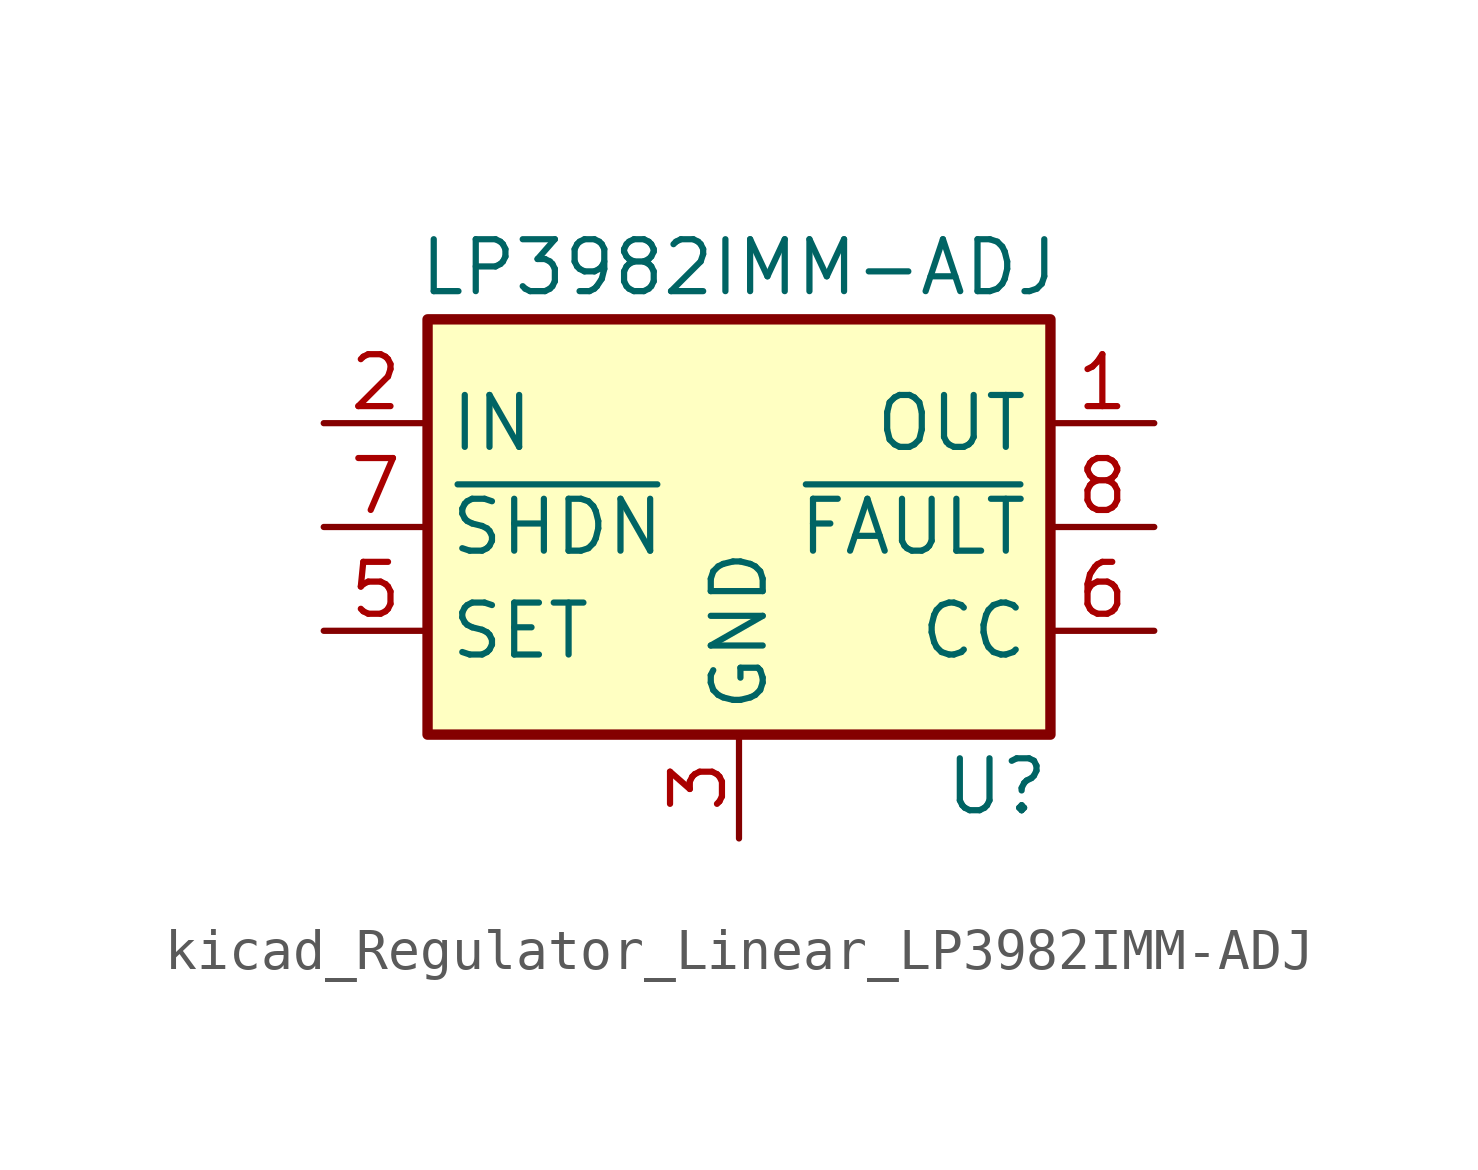
<source format=kicad_sym>
(kicad_symbol_lib
  (version 20220914)
  (generator kicad_symbol_editor)
  (symbol "kicad_Regulator_Linear_LP3982IMM-ADJ"
    (property "Reference" "U"
      (at 7.62 -6.35 0)
      (effects (font (size 1.27 1.27)) (justify right)))
    (property "Value" "LP3982IMM-ADJ"
      (at 0 6.35 0)
      (effects (font (size 1.27 1.27))))
    (symbol "kicad_Regulator_Linear_LP3982IMM-ADJ_0_1"
      (rectangle (start -7.62 5.08) (end 7.62 -5.08) (stroke (width 0.254) (type default)) (fill (type background))))
    (symbol "kicad_Regulator_Linear_LP3982IMM-ADJ_1_1"
      (pin power_out line (at 10.16 2.54 180) (length 2.54) (name "OUT" (effects (font (size 1.27 1.27)))) (number "1" (effects (font (size 1.27 1.27)))))
      (pin power_in line (at -10.16 2.54 0) (length 2.54) (name "IN" (effects (font (size 1.27 1.27)))) (number "2" (effects (font (size 1.27 1.27)))))
      (pin power_in line (at 0 -7.62 90) (length 2.54) (name "GND" (effects (font (size 1.27 1.27)))) (number "3" (effects (font (size 1.27 1.27)))))
      (pin passive line (at 10.16 2.54 180) (length 2.54) hide (name "OUT" (effects (font (size 1.27 1.27)))) (number "4" (effects (font (size 1.27 1.27)))))
      (pin passive line (at -10.16 -2.54 0) (length 2.54) (name "SET" (effects (font (size 1.27 1.27)))) (number "5" (effects (font (size 1.27 1.27)))))
      (pin passive line (at 10.16 -2.54 180) (length 2.54) (name "CC" (effects (font (size 1.27 1.27)))) (number "6" (effects (font (size 1.27 1.27)))))
      (pin input line (at -10.16 0 0) (length 2.54) (name "~{SHDN}" (effects (font (size 1.27 1.27)))) (number "7" (effects (font (size 1.27 1.27)))))
      (pin open_collector line (at 10.16 0 180) (length 2.54) (name "~{FAULT}" (effects (font (size 1.27 1.27)))) (number "8" (effects (font (size 1.27 1.27))))))))
</source>
